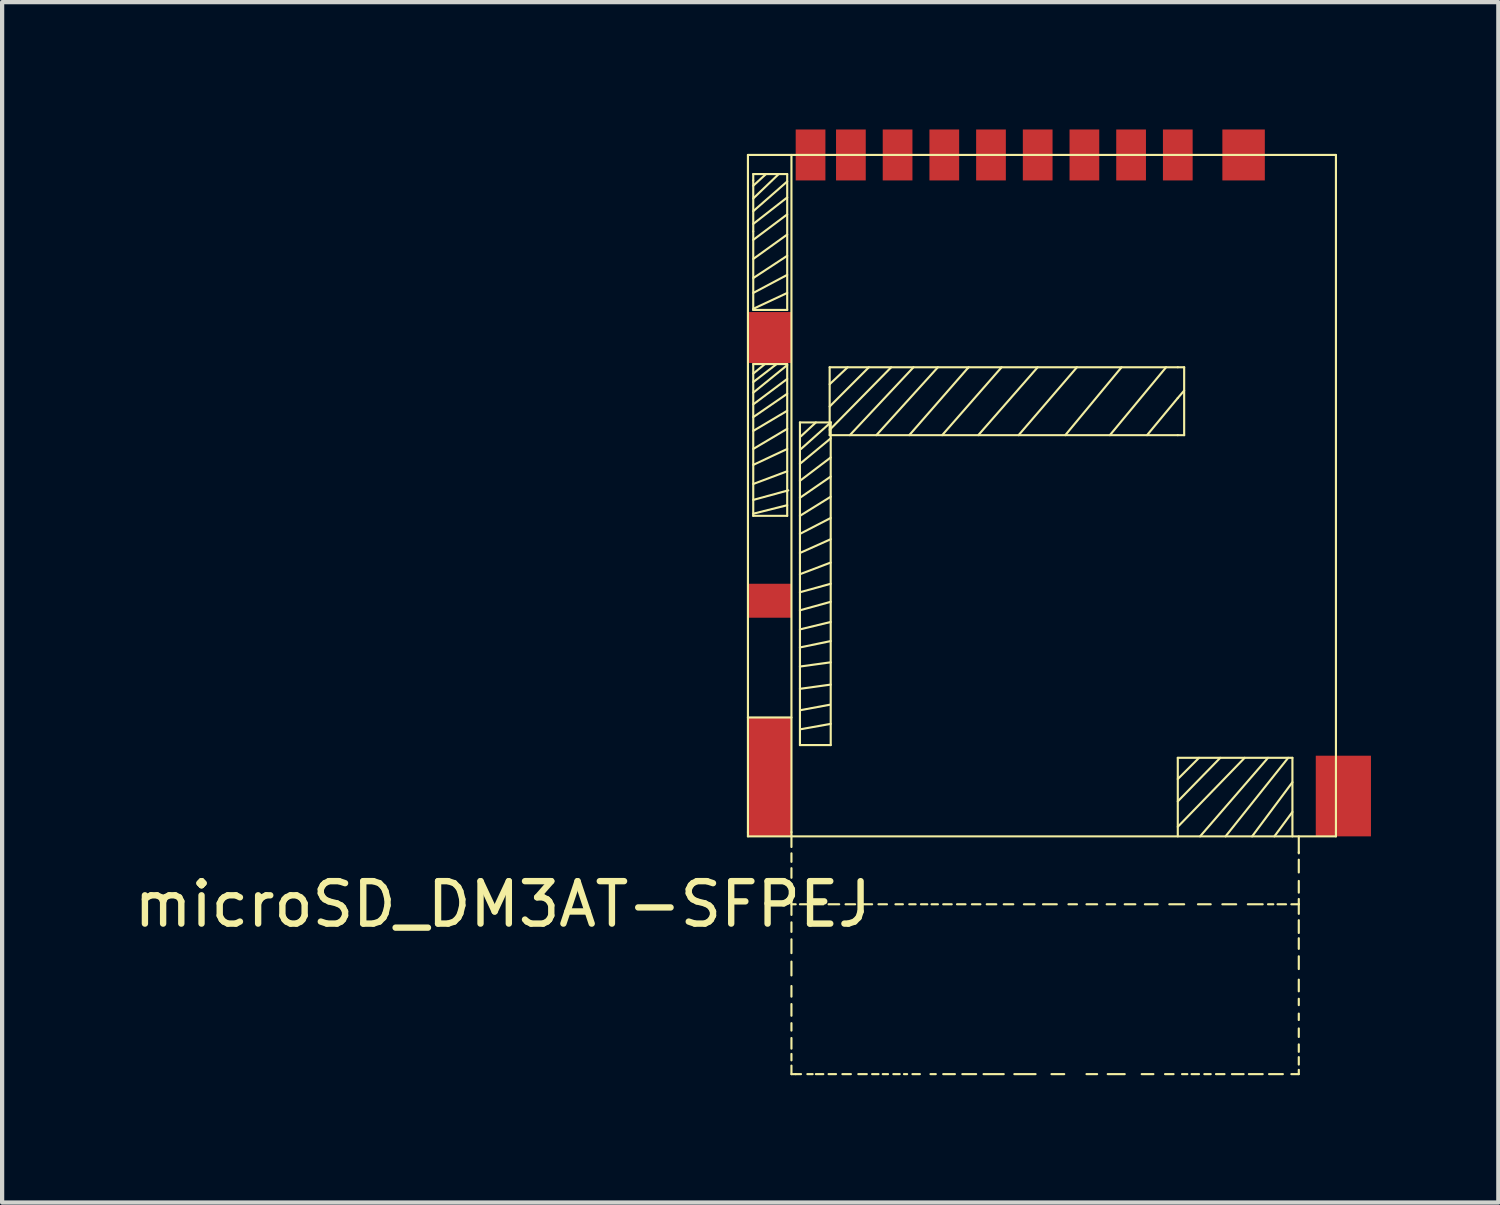
<source format=kicad_pcb>
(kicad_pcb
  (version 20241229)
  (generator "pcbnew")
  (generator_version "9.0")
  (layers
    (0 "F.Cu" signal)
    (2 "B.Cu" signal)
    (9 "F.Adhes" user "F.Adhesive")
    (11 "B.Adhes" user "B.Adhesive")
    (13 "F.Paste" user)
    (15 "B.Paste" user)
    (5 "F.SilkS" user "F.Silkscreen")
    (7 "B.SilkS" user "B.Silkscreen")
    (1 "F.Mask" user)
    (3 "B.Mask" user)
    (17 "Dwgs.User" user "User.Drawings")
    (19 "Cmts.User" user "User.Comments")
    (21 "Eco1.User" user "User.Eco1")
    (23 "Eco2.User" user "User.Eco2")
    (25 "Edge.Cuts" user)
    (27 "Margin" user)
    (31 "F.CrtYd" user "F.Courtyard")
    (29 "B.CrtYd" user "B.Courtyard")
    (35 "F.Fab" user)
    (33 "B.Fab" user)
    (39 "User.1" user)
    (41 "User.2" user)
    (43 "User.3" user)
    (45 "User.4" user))
  (footprint "microSD_DM3AT-SFPEJ"
    (layer "F.Cu")
    (at 15.592 16.65)
    (property "Reference" "microSD_DM3AT-SFPEJ" (at -6.8 1.6 0) (layer "F.SilkS") (effects (font (size 1 1) (thickness 0.15))))
    (attr through_hole)
    (fp_line (start -1.025 -16.05) (end 12.825 -16.05) (stroke (width 0.05) (type solid)) (layer "F.SilkS"))
    (fp_line (start -1.025 -0.1) (end -1.025 -16.05) (stroke (width 0.05) (type solid)) (layer "F.SilkS"))
    (fp_line (start -1.025 -0.1) (end -1.025 0) (stroke (width 0.05) (type solid)) (layer "F.SilkS"))
    (fp_line (start -0.9 -15.45) (end -0.9 -15.6) (stroke (width 0.05) (type solid)) (layer "F.SilkS"))
    (fp_line (start -0.9 -15.45) (end -0.9 -14.25) (stroke (width 0.05) (type solid)) (layer "F.SilkS"))
    (fp_line (start -0.9 -15.325) (end -0.6 -15.6) (stroke (width 0.05) (type solid)) (layer "F.SilkS"))
    (fp_line (start -0.9 -15.025) (end -0.3 -15.6) (stroke (width 0.05) (type solid)) (layer "F.SilkS"))
    (fp_line (start -0.9 -14.725) (end -0.1 -15.425) (stroke (width 0.05) (type solid)) (layer "F.SilkS"))
    (fp_line (start -0.9 -14.425) (end -0.1 -15.05) (stroke (width 0.05) (type solid)) (layer "F.SilkS"))
    (fp_line (start -0.9 -14.25) (end -0.9 -12.4) (stroke (width 0.05) (type solid)) (layer "F.SilkS"))
    (fp_line (start -0.9 -14.05) (end -0.1 -14.65) (stroke (width 0.05) (type solid)) (layer "F.SilkS"))
    (fp_line (start -0.9 -13.6) (end -0.1 -14.175) (stroke (width 0.05) (type solid)) (layer "F.SilkS"))
    (fp_line (start -0.9 -13.15) (end -0.1 -13.675) (stroke (width 0.05) (type solid)) (layer "F.SilkS"))
    (fp_line (start -0.9 -12.8) (end -0.1 -13.225) (stroke (width 0.05) (type solid)) (layer "F.SilkS"))
    (fp_line (start -0.9 -12.425) (end -0.1 -12.8) (stroke (width 0.05) (type solid)) (layer "F.SilkS"))
    (fp_line (start -0.9 -11.125) (end -0.9 -7.55) (stroke (width 0.05) (type solid)) (layer "F.SilkS"))
    (fp_line (start -0.9 -10.175) (end -0.1 -10.775) (stroke (width 0.05) (type solid)) (layer "F.SilkS"))
    (fp_line (start -0.9 -9.875) (end -0.1 -10.425) (stroke (width 0.05) (type solid)) (layer "F.SilkS"))
    (fp_line (start -0.9 -9.55) (end -0.1 -10.025) (stroke (width 0.05) (type solid)) (layer "F.SilkS"))
    (fp_line (start -0.9 -9.125) (end -0.1 -9.6) (stroke (width 0.05) (type solid)) (layer "F.SilkS"))
    (fp_line (start -0.9 -8.75) (end -0.1 -9.125) (stroke (width 0.05) (type solid)) (layer "F.SilkS"))
    (fp_line (start -0.9 -8.3) (end -0.1 -8.6) (stroke (width 0.05) (type solid)) (layer "F.SilkS"))
    (fp_line (start -0.9 -7.925) (end -0.075 -8.15) (stroke (width 0.05) (type solid)) (layer "F.SilkS"))
    (fp_line (start -0.9 -7.6) (end -0.1 -7.8) (stroke (width 0.05) (type solid)) (layer "F.SilkS"))
    (fp_line (start -0.9 -7.55) (end -0.1 -7.55) (stroke (width 0.05) (type solid)) (layer "F.SilkS"))
    (fp_line (start -0.625 -11.125) (end -0.9 -10.9) (stroke (width 0.05) (type solid)) (layer "F.SilkS"))
    (fp_line (start -0.35 -11.125) (end -0.9 -10.7) (stroke (width 0.05) (type solid)) (layer "F.SilkS"))
    (fp_line (start -0.1 -15.6) (end -0.9 -15.6) (stroke (width 0.05) (type solid)) (layer "F.SilkS"))
    (fp_line (start -0.1 -15.6) (end -0.1 -12.4) (stroke (width 0.05) (type solid)) (layer "F.SilkS"))
    (fp_line (start -0.1 -12.4) (end -0.9 -12.4) (stroke (width 0.05) (type solid)) (layer "F.SilkS"))
    (fp_line (start -0.1 -11.125) (end -0.9 -11.125) (stroke (width 0.05) (type solid)) (layer "F.SilkS"))
    (fp_line (start -0.1 -11.1) (end -0.9 -10.45) (stroke (width 0.05) (type solid)) (layer "F.SilkS"))
    (fp_line (start -0.1 -7.55) (end -0.1 -11.125) (stroke (width 0.05) (type solid)) (layer "F.SilkS"))
    (fp_line (start 0 -2.8) (end -1.025 -2.8) (stroke (width 0.05) (type solid)) (layer "F.SilkS"))
    (fp_line (start 0 -0.1) (end 0 -16.05) (stroke (width 0.05) (type solid)) (layer "F.SilkS"))
    (fp_line (start 0 -0.1) (end 0 0) (stroke (width 0.05) (type solid)) (layer "F.SilkS"))
    (fp_line (start 0 0) (end 0 0.25) (stroke (width 0.05) (type solid)) (layer "F.SilkS"))
    (fp_line (start 0 0.4) (end 0 0.6) (stroke (width 0.05) (type solid)) (layer "F.SilkS"))
    (fp_line (start 0 0.75) (end 0 0.975) (stroke (width 0.05) (type solid)) (layer "F.SilkS"))
    (fp_line (start 0 1.15) (end 0 1.4) (stroke (width 0.05) (type solid)) (layer "F.SilkS"))
    (fp_line (start 0 1.5) (end 0 1.6) (stroke (width 0.05) (type solid)) (layer "F.SilkS"))
    (fp_line (start 0 1.6) (end 0.1 1.6) (stroke (width 0.05) (type solid)) (layer "F.SilkS"))
    (fp_line (start 0 1.85) (end 0 1.625) (stroke (width 0.05) (type solid)) (layer "F.SilkS"))
    (fp_line (start 0 2.25) (end 0 2.025) (stroke (width 0.05) (type solid)) (layer "F.SilkS"))
    (fp_line (start 0 2.75) (end 0 2.425) (stroke (width 0.05) (type solid)) (layer "F.SilkS"))
    (fp_line (start 0 3.275) (end 0 2.95) (stroke (width 0.05) (type solid)) (layer "F.SilkS"))
    (fp_line (start 0 3.775) (end 0 3.525) (stroke (width 0.05) (type solid)) (layer "F.SilkS"))
    (fp_line (start 0 4.225) (end 0 3.95) (stroke (width 0.05) (type solid)) (layer "F.SilkS"))
    (fp_line (start 0 4.575) (end 0 4.4) (stroke (width 0.05) (type solid)) (layer "F.SilkS"))
    (fp_line (start 0 5) (end 0 4.75) (stroke (width 0.05) (type solid)) (layer "F.SilkS"))
    (fp_line (start 0 5.275) (end 0 5.125) (stroke (width 0.05) (type solid)) (layer "F.SilkS"))
    (fp_line (start 0 5.6) (end 0 5.4) (stroke (width 0.05) (type solid)) (layer "F.SilkS"))
    (fp_line (start 0 5.6) (end 0.1 5.6) (stroke (width 0.05) (type solid)) (layer "F.SilkS"))
    (fp_line (start 0.1 5.6) (end 0.225 5.6) (stroke (width 0.05) (type solid)) (layer "F.SilkS"))
    (fp_line (start 0.2 -9.75) (end 0.2 -2.15) (stroke (width 0.05) (type solid)) (layer "F.SilkS"))
    (fp_line (start 0.2 -9.75) (end 0.925 -9.75) (stroke (width 0.05) (type solid)) (layer "F.SilkS"))
    (fp_line (start 0.2 -8.775) (end 0.925 -9.375) (stroke (width 0.05) (type solid)) (layer "F.SilkS"))
    (fp_line (start 0.2 -8.375) (end 0.925 -8.925) (stroke (width 0.05) (type solid)) (layer "F.SilkS"))
    (fp_line (start 0.2 -7.975) (end 0.925 -8.475) (stroke (width 0.05) (type solid)) (layer "F.SilkS"))
    (fp_line (start 0.2 -7.55) (end 0.925 -8) (stroke (width 0.05) (type solid)) (layer "F.SilkS"))
    (fp_line (start 0.2 -7.125) (end 0.925 -7.5) (stroke (width 0.05) (type solid)) (layer "F.SilkS"))
    (fp_line (start 0.2 -6.675) (end 0.925 -7) (stroke (width 0.05) (type solid)) (layer "F.SilkS"))
    (fp_line (start 0.2 -6.175) (end 0.925 -6.45) (stroke (width 0.05) (type solid)) (layer "F.SilkS"))
    (fp_line (start 0.2 -5.75) (end 0.925 -5.95) (stroke (width 0.05) (type solid)) (layer "F.SilkS"))
    (fp_line (start 0.2 -5.325) (end 0.925 -5.525) (stroke (width 0.05) (type solid)) (layer "F.SilkS"))
    (fp_line (start 0.2 -4.875) (end 0.925 -5.05) (stroke (width 0.05) (type solid)) (layer "F.SilkS"))
    (fp_line (start 0.2 -4.45) (end 0.925 -4.6) (stroke (width 0.05) (type solid)) (layer "F.SilkS"))
    (fp_line (start 0.2 -4) (end 0.925 -4.1) (stroke (width 0.05) (type solid)) (layer "F.SilkS"))
    (fp_line (start 0.2 -3.475) (end 0.925 -3.575) (stroke (width 0.05) (type solid)) (layer "F.SilkS"))
    (fp_line (start 0.2 -2.15) (end 0.925 -2.15) (stroke (width 0.05) (type solid)) (layer "F.SilkS"))
    (fp_line (start 0.2 1.6) (end 0.4 1.6) (stroke (width 0.05) (type solid)) (layer "F.SilkS"))
    (fp_line (start 0.225 -9.425) (end 0.575 -9.75) (stroke (width 0.05) (type solid)) (layer "F.SilkS"))
    (fp_line (start 0.225 -9.125) (end 0.925 -9.75) (stroke (width 0.05) (type solid)) (layer "F.SilkS"))
    (fp_line (start 0.225 -2.975) (end 0.9 -3.1) (stroke (width 0.05) (type solid)) (layer "F.SilkS"))
    (fp_line (start 0.225 -2.525) (end 0.925 -2.65) (stroke (width 0.05) (type solid)) (layer "F.SilkS"))
    (fp_line (start 0.375 5.6) (end 0.5 5.6) (stroke (width 0.05) (type solid)) (layer "F.SilkS"))
    (fp_line (start 0.525 1.6) (end 0.75 1.6) (stroke (width 0.05) (type solid)) (layer "F.SilkS"))
    (fp_line (start 0.575 5.6) (end 0.75 5.6) (stroke (width 0.05) (type solid)) (layer "F.SilkS"))
    (fp_line (start 0.875 1.6) (end 1.125 1.6) (stroke (width 0.05) (type solid)) (layer "F.SilkS"))
    (fp_line (start 0.875 5.6) (end 1.05 5.6) (stroke (width 0.05) (type solid)) (layer "F.SilkS"))
    (fp_line (start 0.9 -10.65) (end 1.325 -11.05) (stroke (width 0.05) (type solid)) (layer "F.SilkS"))
    (fp_line (start 0.9 -10.125) (end 1.825 -11.05) (stroke (width 0.05) (type solid)) (layer "F.SilkS"))
    (fp_line (start 0.9 -9.575) (end 2.35 -11.05) (stroke (width 0.05) (type solid)) (layer "F.SilkS"))
    (fp_line (start 0.9 -9.45) (end 0.9 -11.05) (stroke (width 0.05) (type solid)) (layer "F.SilkS"))
    (fp_line (start 0.925 -2.15) (end 0.925 -9.75) (stroke (width 0.05) (type solid)) (layer "F.SilkS"))
    (fp_line (start 1.2 5.6) (end 1.4 5.6) (stroke (width 0.05) (type solid)) (layer "F.SilkS"))
    (fp_line (start 1.275 1.6) (end 1.5 1.6) (stroke (width 0.05) (type solid)) (layer "F.SilkS"))
    (fp_line (start 1.375 -9.45) (end 2.875 -11.05) (stroke (width 0.05) (type solid)) (layer "F.SilkS"))
    (fp_line (start 1.575 5.6) (end 1.775 5.6) (stroke (width 0.05) (type solid)) (layer "F.SilkS"))
    (fp_line (start 1.625 1.6) (end 1.9 1.6) (stroke (width 0.05) (type solid)) (layer "F.SilkS"))
    (fp_line (start 1.9 5.6) (end 2.05 5.6) (stroke (width 0.05) (type solid)) (layer "F.SilkS"))
    (fp_line (start 2 -9.45) (end 3.45 -11.05) (stroke (width 0.05) (type solid)) (layer "F.SilkS"))
    (fp_line (start 2.05 1.6) (end 2.25 1.6) (stroke (width 0.05) (type solid)) (layer "F.SilkS"))
    (fp_line (start 2.15 5.6) (end 2.275 5.6) (stroke (width 0.05) (type solid)) (layer "F.SilkS"))
    (fp_line (start 2.4 5.6) (end 2.55 5.6) (stroke (width 0.05) (type solid)) (layer "F.SilkS"))
    (fp_line (start 2.45 1.6) (end 2.625 1.6) (stroke (width 0.05) (type solid)) (layer "F.SilkS"))
    (fp_line (start 2.65 5.6) (end 2.725 5.6) (stroke (width 0.05) (type solid)) (layer "F.SilkS"))
    (fp_line (start 2.775 -9.45) (end 4.15 -11.025) (stroke (width 0.05) (type solid)) (layer "F.SilkS"))
    (fp_line (start 2.775 1.6) (end 2.925 1.6) (stroke (width 0.05) (type solid)) (layer "F.SilkS"))
    (fp_line (start 2.85 5.6) (end 3.025 5.6) (stroke (width 0.05) (type solid)) (layer "F.SilkS"))
    (fp_line (start 3.05 1.6) (end 3.2 1.6) (stroke (width 0.05) (type solid)) (layer "F.SilkS"))
    (fp_line (start 3.275 5.6) (end 3.4 5.6) (stroke (width 0.05) (type solid)) (layer "F.SilkS"))
    (fp_line (start 3.3 1.6) (end 3.45 1.6) (stroke (width 0.05) (type solid)) (layer "F.SilkS"))
    (fp_line (start 3.55 -9.45) (end 4.95 -11.05) (stroke (width 0.05) (type solid)) (layer "F.SilkS"))
    (fp_line (start 3.575 1.6) (end 3.775 1.6) (stroke (width 0.05) (type solid)) (layer "F.SilkS"))
    (fp_line (start 3.575 5.6) (end 3.85 5.6) (stroke (width 0.05) (type solid)) (layer "F.SilkS"))
    (fp_line (start 3.9 1.6) (end 4.1 1.6) (stroke (width 0.05) (type solid)) (layer "F.SilkS"))
    (fp_line (start 4.025 5.6) (end 4.35 5.6) (stroke (width 0.05) (type solid)) (layer "F.SilkS"))
    (fp_line (start 4.15 -11.025) (end 4.175 -11.05) (stroke (width 0.05) (type solid)) (layer "F.SilkS"))
    (fp_line (start 4.25 1.6) (end 4.45 1.6) (stroke (width 0.05) (type solid)) (layer "F.SilkS"))
    (fp_line (start 4.4 -9.45) (end 5.8 -11.05) (stroke (width 0.05) (type solid)) (layer "F.SilkS"))
    (fp_line (start 4.525 5.6) (end 5 5.6) (stroke (width 0.05) (type solid)) (layer "F.SilkS"))
    (fp_line (start 4.6 1.6) (end 4.825 1.6) (stroke (width 0.05) (type solid)) (layer "F.SilkS"))
    (fp_line (start 5 1.6) (end 5.225 1.6) (stroke (width 0.05) (type solid)) (layer "F.SilkS"))
    (fp_line (start 5.25 5.6) (end 5.75 5.6) (stroke (width 0.05) (type solid)) (layer "F.SilkS"))
    (fp_line (start 5.35 -9.45) (end 6.725 -11.05) (stroke (width 0.05) (type solid)) (layer "F.SilkS"))
    (fp_line (start 5.475 1.6) (end 5.725 1.6) (stroke (width 0.05) (type solid)) (layer "F.SilkS"))
    (fp_line (start 5.925 1.6) (end 6.25 1.6) (stroke (width 0.05) (type solid)) (layer "F.SilkS"))
    (fp_line (start 6.125 5.6) (end 6.425 5.6) (stroke (width 0.05) (type solid)) (layer "F.SilkS"))
    (fp_line (start 6.45 -9.45) (end 7.775 -11.05) (stroke (width 0.05) (type solid)) (layer "F.SilkS"))
    (fp_line (start 6.525 1.6) (end 6.725 1.6) (stroke (width 0.05) (type solid)) (layer "F.SilkS"))
    (fp_line (start 6.95 1.6) (end 7.2 1.6) (stroke (width 0.05) (type solid)) (layer "F.SilkS"))
    (fp_line (start 6.95 5.6) (end 7.2 5.6) (stroke (width 0.05) (type solid)) (layer "F.SilkS"))
    (fp_line (start 7.425 1.6) (end 7.625 1.6) (stroke (width 0.05) (type solid)) (layer "F.SilkS"))
    (fp_line (start 7.45 5.6) (end 7.85 5.6) (stroke (width 0.05) (type solid)) (layer "F.SilkS"))
    (fp_line (start 7.5 -9.45) (end 8.825 -11.05) (stroke (width 0.05) (type solid)) (layer "F.SilkS"))
    (fp_line (start 7.85 1.6) (end 8.1 1.6) (stroke (width 0.05) (type solid)) (layer "F.SilkS"))
    (fp_line (start 8.25 5.6) (end 8.525 5.6) (stroke (width 0.05) (type solid)) (layer "F.SilkS"))
    (fp_line (start 8.325 1.6) (end 8.625 1.6) (stroke (width 0.05) (type solid)) (layer "F.SilkS"))
    (fp_line (start 8.375 -9.45) (end 9.1 -10.325) (stroke (width 0.05) (type solid)) (layer "F.SilkS"))
    (fp_line (start 8.8 5.6) (end 9 5.6) (stroke (width 0.05) (type solid)) (layer "F.SilkS"))
    (fp_line (start 8.9 1.6) (end 9.25 1.6) (stroke (width 0.05) (type solid)) (layer "F.SilkS"))
    (fp_line (start 9.1 -11.05) (end 0.9 -11.05) (stroke (width 0.05) (type solid)) (layer "F.SilkS"))
    (fp_line (start 9.1 -11.05) (end 9.25 -11.05) (stroke (width 0.05) (type solid)) (layer "F.SilkS"))
    (fp_line (start 9.1 -10.325) (end 9.25 -10.5) (stroke (width 0.05) (type solid)) (layer "F.SilkS"))
    (fp_line (start 9.1 -9.45) (end 0.9 -9.45) (stroke (width 0.05) (type solid)) (layer "F.SilkS"))
    (fp_line (start 9.1 -1.85) (end 9.1 0) (stroke (width 0.05) (type solid)) (layer "F.SilkS"))
    (fp_line (start 9.1 -1.85) (end 11.8 -1.85) (stroke (width 0.05) (type solid)) (layer "F.SilkS"))
    (fp_line (start 9.1 -0.825) (end 10.1 -1.85) (stroke (width 0.05) (type solid)) (layer "F.SilkS"))
    (fp_line (start 9.2 5.6) (end 9.325 5.6) (stroke (width 0.05) (type solid)) (layer "F.SilkS"))
    (fp_line (start 9.25 -11.05) (end 9.25 -9.45) (stroke (width 0.05) (type solid)) (layer "F.SilkS"))
    (fp_line (start 9.25 -9.45) (end 9.1 -9.45) (stroke (width 0.05) (type solid)) (layer "F.SilkS"))
    (fp_line (start 9.425 5.6) (end 9.6 5.6) (stroke (width 0.05) (type solid)) (layer "F.SilkS"))
    (fp_line (start 9.575 1.6) (end 9.875 1.6) (stroke (width 0.05) (type solid)) (layer "F.SilkS"))
    (fp_line (start 9.6 -1.85) (end 9.1 -1.35) (stroke (width 0.05) (type solid)) (layer "F.SilkS"))
    (fp_line (start 9.625 0) (end 11.225 -1.85) (stroke (width 0.05) (type solid)) (layer "F.SilkS"))
    (fp_line (start 9.725 5.6) (end 9.875 5.6) (stroke (width 0.05) (type solid)) (layer "F.SilkS"))
    (fp_line (start 10 5.6) (end 10.2 5.6) (stroke (width 0.05) (type solid)) (layer "F.SilkS"))
    (fp_line (start 10.15 1.6) (end 10.475 1.6) (stroke (width 0.05) (type solid)) (layer "F.SilkS"))
    (fp_line (start 10.375 5.6) (end 10.65 5.6) (stroke (width 0.05) (type solid)) (layer "F.SilkS"))
    (fp_line (start 10.675 -1.85) (end 9.1 -0.225) (stroke (width 0.05) (type solid)) (layer "F.SilkS"))
    (fp_line (start 10.75 1.6) (end 11.1 1.6) (stroke (width 0.05) (type solid)) (layer "F.SilkS"))
    (fp_line (start 10.775 5.6) (end 11.1 5.6) (stroke (width 0.05) (type solid)) (layer "F.SilkS"))
    (fp_line (start 10.85 0) (end 11.8 -1.275) (stroke (width 0.05) (type solid)) (layer "F.SilkS"))
    (fp_line (start 11.25 5.6) (end 11.575 5.6) (stroke (width 0.05) (type solid)) (layer "F.SilkS"))
    (fp_line (start 11.35 1.6) (end 11.225 1.6) (stroke (width 0.05) (type solid)) (layer "F.SilkS"))
    (fp_line (start 11.375 0) (end 11.8 -0.575) (stroke (width 0.05) (type solid)) (layer "F.SilkS"))
    (fp_line (start 11.65 1.6) (end 11.45 1.6) (stroke (width 0.05) (type solid)) (layer "F.SilkS"))
    (fp_line (start 11.7 -1.85) (end 10.225 0) (stroke (width 0.05) (type solid)) (layer "F.SilkS"))
    (fp_line (start 11.8 -1.85) (end 11.8 0) (stroke (width 0.05) (type solid)) (layer "F.SilkS"))
    (fp_line (start 11.95 0) (end 11.95 0.375) (stroke (width 0.05) (type solid)) (layer "F.SilkS"))
    (fp_line (start 11.95 0.375) (end 11.95 0.4) (stroke (width 0.05) (type solid)) (layer "F.SilkS"))
    (fp_line (start 11.95 0.55) (end 11.95 0.85) (stroke (width 0.05) (type solid)) (layer "F.SilkS"))
    (fp_line (start 11.95 1.05) (end 11.95 1.325) (stroke (width 0.05) (type solid)) (layer "F.SilkS"))
    (fp_line (start 11.95 1.475) (end 11.95 1.6) (stroke (width 0.05) (type solid)) (layer "F.SilkS"))
    (fp_line (start 11.95 1.6) (end 11.775 1.6) (stroke (width 0.05) (type solid)) (layer "F.SilkS"))
    (fp_line (start 11.95 1.825) (end 11.95 1.6) (stroke (width 0.05) (type solid)) (layer "F.SilkS"))
    (fp_line (start 11.95 2.275) (end 11.95 1.975) (stroke (width 0.05) (type solid)) (layer "F.SilkS"))
    (fp_line (start 11.95 2.65) (end 11.95 2.4) (stroke (width 0.05) (type solid)) (layer "F.SilkS"))
    (fp_line (start 11.95 3.125) (end 11.95 2.825) (stroke (width 0.05) (type solid)) (layer "F.SilkS"))
    (fp_line (start 11.95 3.65) (end 11.95 3.375) (stroke (width 0.05) (type solid)) (layer "F.SilkS"))
    (fp_line (start 11.95 3.975) (end 11.95 3.825) (stroke (width 0.05) (type solid)) (layer "F.SilkS"))
    (fp_line (start 11.95 4.325) (end 11.95 4.175) (stroke (width 0.05) (type solid)) (layer "F.SilkS"))
    (fp_line (start 11.95 4.725) (end 11.95 4.525) (stroke (width 0.05) (type solid)) (layer "F.SilkS"))
    (fp_line (start 11.95 5.075) (end 11.95 4.9) (stroke (width 0.05) (type solid)) (layer "F.SilkS"))
    (fp_line (start 11.95 5.375) (end 11.95 5.2) (stroke (width 0.05) (type solid)) (layer "F.SilkS"))
    (fp_line (start 11.95 5.6) (end 11.775 5.6) (stroke (width 0.05) (type solid)) (layer "F.SilkS"))
    (fp_line (start 11.95 5.6) (end 11.95 5.5) (stroke (width 0.05) (type solid)) (layer "F.SilkS"))
    (fp_line (start 12.825 -16.05) (end 12.825 -0.1) (stroke (width 0.05) (type solid)) (layer "F.SilkS"))
    (fp_line (start 12.825 -0.1) (end 12.825 0) (stroke (width 0.05) (type solid)) (layer "F.SilkS"))
    (fp_line (start 12.825 0) (end -1.025 0) (stroke (width 0.05) (type solid)) (layer "F.SilkS"))
    (pad "1" smd rect (at 9.1 -16.05) (size 0.7 1.2) (layers "F.Cu" "F.Mask" "F.Paste"))
    (pad "2" smd rect (at 8 -16.05) (size 0.7 1.2) (layers "F.Cu" "F.Mask" "F.Paste"))
    (pad "3" smd rect (at 6.9 -16.05) (size 0.7 1.2) (layers "F.Cu" "F.Mask" "F.Paste"))
    (pad "4" smd rect (at 5.8 -16.05) (size 0.7 1.2) (layers "F.Cu" "F.Mask" "F.Paste"))
    (pad "5" smd rect (at 4.7 -16.05) (size 0.7 1.2) (layers "F.Cu" "F.Mask" "F.Paste"))
    (pad "6" smd rect (at -0.5 -11.75) (size 1 1.2) (layers "F.Cu" "F.Mask" "F.Paste"))
    (pad "6" connect rect (at -0.5 -1.4) (size 1 2.8) (layers "F.Cu" "F.Mask"))
    (pad "6" smd rect (at 3.6 -16.05) (size 0.7 1.2) (layers "F.Cu" "F.Mask" "F.Paste"))
    (pad "6" smd rect (at 10.65 -16.05) (size 1 1.2) (layers "F.Cu" "F.Mask" "F.Paste"))
    (pad "6" connect rect (at 13 -0.95) (size 1.3 1.9) (layers "F.Cu" "F.Mask"))
    (pad "7" smd rect (at 2.5 -16.05) (size 0.7 1.2) (layers "F.Cu" "F.Mask" "F.Paste"))
    (pad "8" smd rect (at 1.4 -16.05) (size 0.7 1.2) (layers "F.Cu" "F.Mask" "F.Paste"))
    (pad "9" smd rect (at 0.45 -16.05) (size 0.7 1.2) (layers "F.Cu" "F.Mask" "F.Paste"))
    (pad "10" smd rect (at -0.5 -5.55) (size 1 0.8) (layers "F.Cu" "F.Mask" "F.Paste")))
  (gr_rect
    (start -3 -3)
    (end 32.242 25.275)
    (stroke (width 0.1) (type default))
    (fill no)
    (layer "Edge.Cuts")))
</source>
